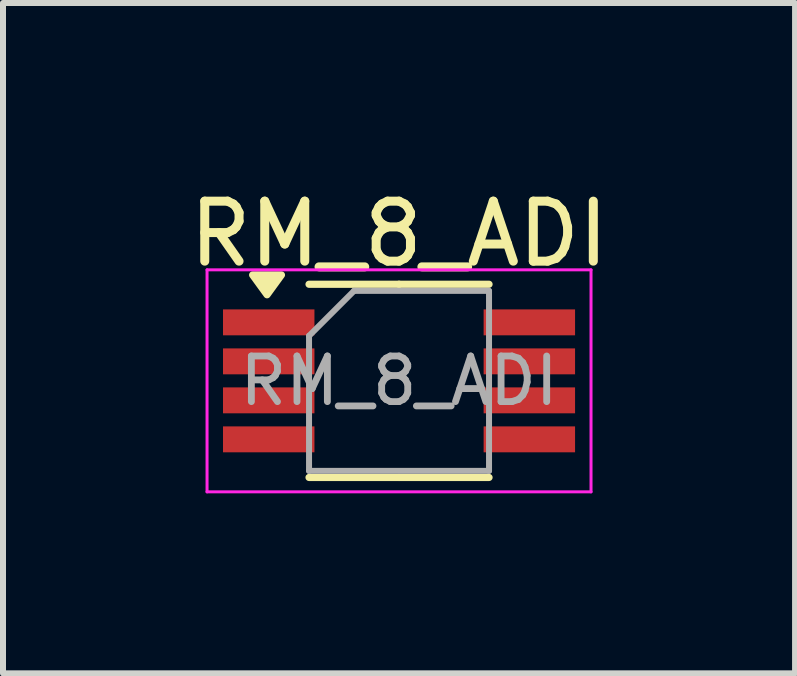
<source format=kicad_pcb>
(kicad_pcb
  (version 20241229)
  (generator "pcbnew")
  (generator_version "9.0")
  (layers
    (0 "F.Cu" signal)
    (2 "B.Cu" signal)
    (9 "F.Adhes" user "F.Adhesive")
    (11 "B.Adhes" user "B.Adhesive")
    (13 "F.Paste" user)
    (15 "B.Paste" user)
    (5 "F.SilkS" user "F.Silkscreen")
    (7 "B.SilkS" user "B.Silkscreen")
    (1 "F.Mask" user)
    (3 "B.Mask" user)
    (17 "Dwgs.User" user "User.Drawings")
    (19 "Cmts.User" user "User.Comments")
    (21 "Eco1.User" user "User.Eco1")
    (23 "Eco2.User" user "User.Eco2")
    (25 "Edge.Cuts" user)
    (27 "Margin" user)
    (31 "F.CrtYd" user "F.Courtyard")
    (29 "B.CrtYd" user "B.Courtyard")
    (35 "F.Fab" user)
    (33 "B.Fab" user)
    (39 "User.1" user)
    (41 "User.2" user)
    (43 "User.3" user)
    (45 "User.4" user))
  (footprint "RM_8_ADI"
    (layer "F.Cu")
    (at 3.601 3.298)
    (property "Reference" "RM_8_ADI" (at 0 -2.45 0) (layer "F.SilkS") (effects (font (size 1 1) (thickness 0.15))))
    (attr smd)
    (fp_line (start 0 -1.61) (end -1.5 -1.61) (stroke (width 0.12) (type solid)) (layer "F.SilkS"))
    (fp_line (start 0 -1.61) (end 1.5 -1.61) (stroke (width 0.12) (type solid)) (layer "F.SilkS"))
    (fp_line (start 0 1.61) (end -1.5 1.61) (stroke (width 0.12) (type solid)) (layer "F.SilkS"))
    (fp_line (start 0 1.61) (end 1.5 1.61) (stroke (width 0.12) (type solid)) (layer "F.SilkS"))
    (fp_poly (pts (xy -2.2 -1.435) (xy -2.44 -1.765) (xy -1.96 -1.765) (xy -2.2 -1.435)) (stroke (width 0.12) (type solid)) (fill yes) (layer "F.SilkS"))
    (fp_line (start -3.2 -1.85) (end -3.2 1.85) (stroke (width 0.05) (type solid)) (layer "F.CrtYd"))
    (fp_line (start -3.2 1.85) (end 3.2 1.85) (stroke (width 0.05) (type solid)) (layer "F.CrtYd"))
    (fp_line (start 3.2 -1.85) (end -3.2 -1.85) (stroke (width 0.05) (type solid)) (layer "F.CrtYd"))
    (fp_line (start 3.2 1.85) (end 3.2 -1.85) (stroke (width 0.05) (type solid)) (layer "F.CrtYd"))
    (fp_line (start -1.5 -0.75) (end -0.75 -1.5) (stroke (width 0.1) (type solid)) (layer "F.Fab"))
    (fp_line (start -1.5 1.5) (end -1.5 -0.75) (stroke (width 0.1) (type solid)) (layer "F.Fab"))
    (fp_line (start -0.75 -1.5) (end 1.5 -1.5) (stroke (width 0.1) (type solid)) (layer "F.Fab"))
    (fp_line (start 1.5 -1.5) (end 1.5 1.5) (stroke (width 0.1) (type solid)) (layer "F.Fab"))
    (fp_line (start 1.5 1.5) (end -1.5 1.5) (stroke (width 0.1) (type solid)) (layer "F.Fab"))
    (fp_text user "${REFERENCE}" (at 0 0 0) (layer "F.Fab") (effects (font (size 0.76 0.76) (thickness 0.114))))
    (pad "1" smd rect (at -2.172 -0.975) (size 1.524 0.432) (layers "F.Cu" "F.Mask" "F.Paste"))
    (pad "2" smd rect (at -2.172 -0.325) (size 1.524 0.432) (layers "F.Cu" "F.Mask" "F.Paste"))
    (pad "3" smd rect (at -2.172 0.325) (size 1.524 0.432) (layers "F.Cu" "F.Mask" "F.Paste"))
    (pad "4" smd rect (at -2.172 0.975) (size 1.524 0.432) (layers "F.Cu" "F.Mask" "F.Paste"))
    (pad "5" smd rect (at 2.172 0.975) (size 1.524 0.432) (layers "F.Cu" "F.Mask" "F.Paste"))
    (pad "6" smd rect (at 2.172 0.325) (size 1.524 0.432) (layers "F.Cu" "F.Mask" "F.Paste"))
    (pad "7" smd rect (at 2.172 -0.325) (size 1.524 0.432) (layers "F.Cu" "F.Mask" "F.Paste"))
    (pad "8" smd rect (at 2.172 -0.975) (size 1.524 0.432) (layers "F.Cu" "F.Mask" "F.Paste")))
  (gr_rect
    (start -3 -3)
    (end 10.202 8.173)
    (stroke (width 0.1) (type default))
    (fill no)
    (layer "Edge.Cuts")))
</source>
